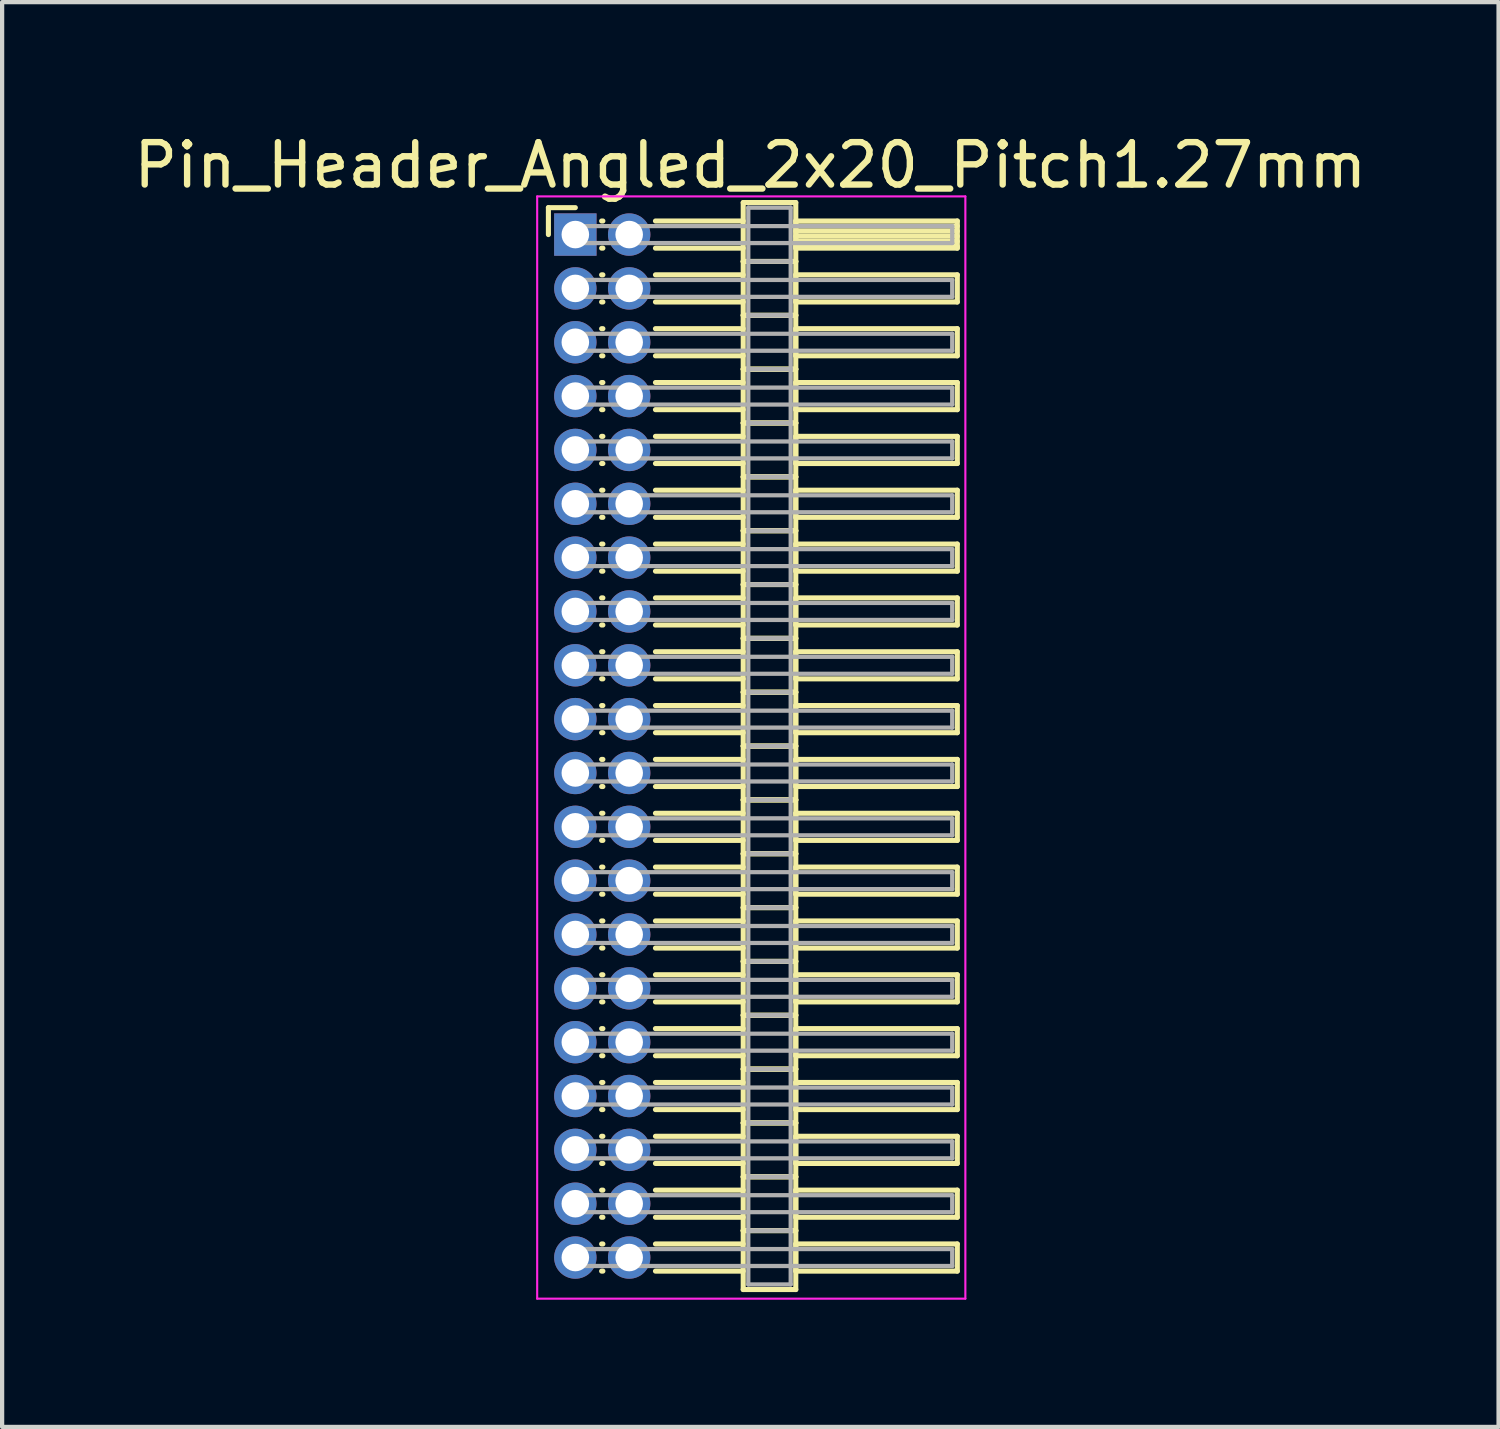
<source format=kicad_pcb>
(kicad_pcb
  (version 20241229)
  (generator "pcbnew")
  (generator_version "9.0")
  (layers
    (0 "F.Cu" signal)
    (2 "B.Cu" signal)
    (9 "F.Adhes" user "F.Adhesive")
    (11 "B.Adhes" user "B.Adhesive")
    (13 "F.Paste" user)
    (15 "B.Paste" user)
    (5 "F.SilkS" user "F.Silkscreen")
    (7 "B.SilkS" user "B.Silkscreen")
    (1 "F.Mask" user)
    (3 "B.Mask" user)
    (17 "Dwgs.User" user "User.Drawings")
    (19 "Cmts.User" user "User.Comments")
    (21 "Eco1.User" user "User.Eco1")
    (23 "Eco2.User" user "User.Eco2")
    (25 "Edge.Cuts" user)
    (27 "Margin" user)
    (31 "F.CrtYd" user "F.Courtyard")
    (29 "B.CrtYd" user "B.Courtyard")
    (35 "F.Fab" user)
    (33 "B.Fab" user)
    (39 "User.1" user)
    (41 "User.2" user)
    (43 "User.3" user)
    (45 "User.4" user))
  (footprint "Pin_Header_Angled_2x20_Pitch1.27mm"
    (layer "F.Cu")
    (at 10.521 2.483)
    (property "Reference" "Pin_Header_Angled_2x20_Pitch1.27mm" (at 4.128 -1.635 0) (layer "F.SilkS") (effects (font (size 1 1) (thickness 0.15))))
    (attr through_hole)
    (fp_line (start -0.635 -0.635) (end 0 -0.635) (stroke (width 0.12) (type solid)) (layer "F.SilkS"))
    (fp_line (start -0.635 0) (end -0.635 -0.635) (stroke (width 0.12) (type solid)) (layer "F.SilkS"))
    (fp_line (start 0.62 -0.32) (end 0.65 -0.32) (stroke (width 0.12) (type solid)) (layer "F.SilkS"))
    (fp_line (start 0.62 0.32) (end 0.65 0.32) (stroke (width 0.12) (type solid)) (layer "F.SilkS"))
    (fp_line (start 0.62 0.95) (end 0.65 0.95) (stroke (width 0.12) (type solid)) (layer "F.SilkS"))
    (fp_line (start 0.62 1.59) (end 0.65 1.59) (stroke (width 0.12) (type solid)) (layer "F.SilkS"))
    (fp_line (start 0.62 2.22) (end 0.65 2.22) (stroke (width 0.12) (type solid)) (layer "F.SilkS"))
    (fp_line (start 0.62 2.86) (end 0.65 2.86) (stroke (width 0.12) (type solid)) (layer "F.SilkS"))
    (fp_line (start 0.62 3.49) (end 0.65 3.49) (stroke (width 0.12) (type solid)) (layer "F.SilkS"))
    (fp_line (start 0.62 4.13) (end 0.65 4.13) (stroke (width 0.12) (type solid)) (layer "F.SilkS"))
    (fp_line (start 0.62 4.76) (end 0.65 4.76) (stroke (width 0.12) (type solid)) (layer "F.SilkS"))
    (fp_line (start 0.62 5.4) (end 0.65 5.4) (stroke (width 0.12) (type solid)) (layer "F.SilkS"))
    (fp_line (start 0.62 6.03) (end 0.65 6.03) (stroke (width 0.12) (type solid)) (layer "F.SilkS"))
    (fp_line (start 0.62 6.67) (end 0.65 6.67) (stroke (width 0.12) (type solid)) (layer "F.SilkS"))
    (fp_line (start 0.62 7.3) (end 0.65 7.3) (stroke (width 0.12) (type solid)) (layer "F.SilkS"))
    (fp_line (start 0.62 7.94) (end 0.65 7.94) (stroke (width 0.12) (type solid)) (layer "F.SilkS"))
    (fp_line (start 0.62 8.57) (end 0.65 8.57) (stroke (width 0.12) (type solid)) (layer "F.SilkS"))
    (fp_line (start 0.62 9.21) (end 0.65 9.21) (stroke (width 0.12) (type solid)) (layer "F.SilkS"))
    (fp_line (start 0.62 9.84) (end 0.65 9.84) (stroke (width 0.12) (type solid)) (layer "F.SilkS"))
    (fp_line (start 0.62 10.48) (end 0.65 10.48) (stroke (width 0.12) (type solid)) (layer "F.SilkS"))
    (fp_line (start 0.62 11.11) (end 0.65 11.11) (stroke (width 0.12) (type solid)) (layer "F.SilkS"))
    (fp_line (start 0.62 11.75) (end 0.65 11.75) (stroke (width 0.12) (type solid)) (layer "F.SilkS"))
    (fp_line (start 0.62 12.38) (end 0.65 12.38) (stroke (width 0.12) (type solid)) (layer "F.SilkS"))
    (fp_line (start 0.62 13.02) (end 0.65 13.02) (stroke (width 0.12) (type solid)) (layer "F.SilkS"))
    (fp_line (start 0.62 13.65) (end 0.65 13.65) (stroke (width 0.12) (type solid)) (layer "F.SilkS"))
    (fp_line (start 0.62 14.29) (end 0.65 14.29) (stroke (width 0.12) (type solid)) (layer "F.SilkS"))
    (fp_line (start 0.62 14.92) (end 0.65 14.92) (stroke (width 0.12) (type solid)) (layer "F.SilkS"))
    (fp_line (start 0.62 15.56) (end 0.65 15.56) (stroke (width 0.12) (type solid)) (layer "F.SilkS"))
    (fp_line (start 0.62 16.19) (end 0.65 16.19) (stroke (width 0.12) (type solid)) (layer "F.SilkS"))
    (fp_line (start 0.62 16.83) (end 0.65 16.83) (stroke (width 0.12) (type solid)) (layer "F.SilkS"))
    (fp_line (start 0.62 17.46) (end 0.65 17.46) (stroke (width 0.12) (type solid)) (layer "F.SilkS"))
    (fp_line (start 0.62 18.1) (end 0.65 18.1) (stroke (width 0.12) (type solid)) (layer "F.SilkS"))
    (fp_line (start 0.62 18.73) (end 0.65 18.73) (stroke (width 0.12) (type solid)) (layer "F.SilkS"))
    (fp_line (start 0.62 19.37) (end 0.65 19.37) (stroke (width 0.12) (type solid)) (layer "F.SilkS"))
    (fp_line (start 0.62 20) (end 0.65 20) (stroke (width 0.12) (type solid)) (layer "F.SilkS"))
    (fp_line (start 0.62 20.64) (end 0.65 20.64) (stroke (width 0.12) (type solid)) (layer "F.SilkS"))
    (fp_line (start 0.62 21.27) (end 0.65 21.27) (stroke (width 0.12) (type solid)) (layer "F.SilkS"))
    (fp_line (start 0.62 21.91) (end 0.65 21.91) (stroke (width 0.12) (type solid)) (layer "F.SilkS"))
    (fp_line (start 0.62 22.54) (end 0.65 22.54) (stroke (width 0.12) (type solid)) (layer "F.SilkS"))
    (fp_line (start 0.62 23.18) (end 0.65 23.18) (stroke (width 0.12) (type solid)) (layer "F.SilkS"))
    (fp_line (start 0.62 23.81) (end 0.65 23.81) (stroke (width 0.12) (type solid)) (layer "F.SilkS"))
    (fp_line (start 0.62 24.45) (end 0.65 24.45) (stroke (width 0.12) (type solid)) (layer "F.SilkS"))
    (fp_line (start 1.89 -0.32) (end 3.96 -0.32) (stroke (width 0.12) (type solid)) (layer "F.SilkS"))
    (fp_line (start 1.89 0.32) (end 3.96 0.32) (stroke (width 0.12) (type solid)) (layer "F.SilkS"))
    (fp_line (start 1.89 0.95) (end 3.96 0.95) (stroke (width 0.12) (type solid)) (layer "F.SilkS"))
    (fp_line (start 1.89 1.59) (end 3.96 1.59) (stroke (width 0.12) (type solid)) (layer "F.SilkS"))
    (fp_line (start 1.89 2.22) (end 3.96 2.22) (stroke (width 0.12) (type solid)) (layer "F.SilkS"))
    (fp_line (start 1.89 2.86) (end 3.96 2.86) (stroke (width 0.12) (type solid)) (layer "F.SilkS"))
    (fp_line (start 1.89 3.49) (end 3.96 3.49) (stroke (width 0.12) (type solid)) (layer "F.SilkS"))
    (fp_line (start 1.89 4.13) (end 3.96 4.13) (stroke (width 0.12) (type solid)) (layer "F.SilkS"))
    (fp_line (start 1.89 4.76) (end 3.96 4.76) (stroke (width 0.12) (type solid)) (layer "F.SilkS"))
    (fp_line (start 1.89 5.4) (end 3.96 5.4) (stroke (width 0.12) (type solid)) (layer "F.SilkS"))
    (fp_line (start 1.89 6.03) (end 3.96 6.03) (stroke (width 0.12) (type solid)) (layer "F.SilkS"))
    (fp_line (start 1.89 6.67) (end 3.96 6.67) (stroke (width 0.12) (type solid)) (layer "F.SilkS"))
    (fp_line (start 1.89 7.3) (end 3.96 7.3) (stroke (width 0.12) (type solid)) (layer "F.SilkS"))
    (fp_line (start 1.89 7.94) (end 3.96 7.94) (stroke (width 0.12) (type solid)) (layer "F.SilkS"))
    (fp_line (start 1.89 8.57) (end 3.96 8.57) (stroke (width 0.12) (type solid)) (layer "F.SilkS"))
    (fp_line (start 1.89 9.21) (end 3.96 9.21) (stroke (width 0.12) (type solid)) (layer "F.SilkS"))
    (fp_line (start 1.89 9.84) (end 3.96 9.84) (stroke (width 0.12) (type solid)) (layer "F.SilkS"))
    (fp_line (start 1.89 10.48) (end 3.96 10.48) (stroke (width 0.12) (type solid)) (layer "F.SilkS"))
    (fp_line (start 1.89 11.11) (end 3.96 11.11) (stroke (width 0.12) (type solid)) (layer "F.SilkS"))
    (fp_line (start 1.89 11.75) (end 3.96 11.75) (stroke (width 0.12) (type solid)) (layer "F.SilkS"))
    (fp_line (start 1.89 12.38) (end 3.96 12.38) (stroke (width 0.12) (type solid)) (layer "F.SilkS"))
    (fp_line (start 1.89 13.02) (end 3.96 13.02) (stroke (width 0.12) (type solid)) (layer "F.SilkS"))
    (fp_line (start 1.89 13.65) (end 3.96 13.65) (stroke (width 0.12) (type solid)) (layer "F.SilkS"))
    (fp_line (start 1.89 14.29) (end 3.96 14.29) (stroke (width 0.12) (type solid)) (layer "F.SilkS"))
    (fp_line (start 1.89 14.92) (end 3.96 14.92) (stroke (width 0.12) (type solid)) (layer "F.SilkS"))
    (fp_line (start 1.89 15.56) (end 3.96 15.56) (stroke (width 0.12) (type solid)) (layer "F.SilkS"))
    (fp_line (start 1.89 16.19) (end 3.96 16.19) (stroke (width 0.12) (type solid)) (layer "F.SilkS"))
    (fp_line (start 1.89 16.83) (end 3.96 16.83) (stroke (width 0.12) (type solid)) (layer "F.SilkS"))
    (fp_line (start 1.89 17.46) (end 3.96 17.46) (stroke (width 0.12) (type solid)) (layer "F.SilkS"))
    (fp_line (start 1.89 18.1) (end 3.96 18.1) (stroke (width 0.12) (type solid)) (layer "F.SilkS"))
    (fp_line (start 1.89 18.73) (end 3.96 18.73) (stroke (width 0.12) (type solid)) (layer "F.SilkS"))
    (fp_line (start 1.89 19.37) (end 3.96 19.37) (stroke (width 0.12) (type solid)) (layer "F.SilkS"))
    (fp_line (start 1.89 20) (end 3.96 20) (stroke (width 0.12) (type solid)) (layer "F.SilkS"))
    (fp_line (start 1.89 20.64) (end 3.96 20.64) (stroke (width 0.12) (type solid)) (layer "F.SilkS"))
    (fp_line (start 1.89 21.27) (end 3.96 21.27) (stroke (width 0.12) (type solid)) (layer "F.SilkS"))
    (fp_line (start 1.89 21.91) (end 3.96 21.91) (stroke (width 0.12) (type solid)) (layer "F.SilkS"))
    (fp_line (start 1.89 22.54) (end 3.96 22.54) (stroke (width 0.12) (type solid)) (layer "F.SilkS"))
    (fp_line (start 1.89 23.18) (end 3.96 23.18) (stroke (width 0.12) (type solid)) (layer "F.SilkS"))
    (fp_line (start 1.89 23.81) (end 3.96 23.81) (stroke (width 0.12) (type solid)) (layer "F.SilkS"))
    (fp_line (start 1.89 24.45) (end 3.96 24.45) (stroke (width 0.12) (type solid)) (layer "F.SilkS"))
    (fp_line (start 3.96 -0.755) (end 3.96 0.635) (stroke (width 0.12) (type solid)) (layer "F.SilkS"))
    (fp_line (start 3.96 0.635) (end 3.96 1.905) (stroke (width 0.12) (type solid)) (layer "F.SilkS"))
    (fp_line (start 3.96 0.635) (end 5.2 0.635) (stroke (width 0.12) (type solid)) (layer "F.SilkS"))
    (fp_line (start 3.96 1.905) (end 3.96 3.175) (stroke (width 0.12) (type solid)) (layer "F.SilkS"))
    (fp_line (start 3.96 1.905) (end 5.2 1.905) (stroke (width 0.12) (type solid)) (layer "F.SilkS"))
    (fp_line (start 3.96 3.175) (end 3.96 4.445) (stroke (width 0.12) (type solid)) (layer "F.SilkS"))
    (fp_line (start 3.96 3.175) (end 5.2 3.175) (stroke (width 0.12) (type solid)) (layer "F.SilkS"))
    (fp_line (start 3.96 4.445) (end 3.96 5.715) (stroke (width 0.12) (type solid)) (layer "F.SilkS"))
    (fp_line (start 3.96 4.445) (end 5.2 4.445) (stroke (width 0.12) (type solid)) (layer "F.SilkS"))
    (fp_line (start 3.96 5.715) (end 3.96 6.985) (stroke (width 0.12) (type solid)) (layer "F.SilkS"))
    (fp_line (start 3.96 5.715) (end 5.2 5.715) (stroke (width 0.12) (type solid)) (layer "F.SilkS"))
    (fp_line (start 3.96 6.985) (end 3.96 8.255) (stroke (width 0.12) (type solid)) (layer "F.SilkS"))
    (fp_line (start 3.96 6.985) (end 5.2 6.985) (stroke (width 0.12) (type solid)) (layer "F.SilkS"))
    (fp_line (start 3.96 8.255) (end 3.96 9.525) (stroke (width 0.12) (type solid)) (layer "F.SilkS"))
    (fp_line (start 3.96 8.255) (end 5.2 8.255) (stroke (width 0.12) (type solid)) (layer "F.SilkS"))
    (fp_line (start 3.96 9.525) (end 3.96 10.795) (stroke (width 0.12) (type solid)) (layer "F.SilkS"))
    (fp_line (start 3.96 9.525) (end 5.2 9.525) (stroke (width 0.12) (type solid)) (layer "F.SilkS"))
    (fp_line (start 3.96 10.795) (end 3.96 12.065) (stroke (width 0.12) (type solid)) (layer "F.SilkS"))
    (fp_line (start 3.96 10.795) (end 5.2 10.795) (stroke (width 0.12) (type solid)) (layer "F.SilkS"))
    (fp_line (start 3.96 12.065) (end 3.96 13.335) (stroke (width 0.12) (type solid)) (layer "F.SilkS"))
    (fp_line (start 3.96 12.065) (end 5.2 12.065) (stroke (width 0.12) (type solid)) (layer "F.SilkS"))
    (fp_line (start 3.96 13.335) (end 3.96 14.605) (stroke (width 0.12) (type solid)) (layer "F.SilkS"))
    (fp_line (start 3.96 13.335) (end 5.2 13.335) (stroke (width 0.12) (type solid)) (layer "F.SilkS"))
    (fp_line (start 3.96 14.605) (end 3.96 15.875) (stroke (width 0.12) (type solid)) (layer "F.SilkS"))
    (fp_line (start 3.96 14.605) (end 5.2 14.605) (stroke (width 0.12) (type solid)) (layer "F.SilkS"))
    (fp_line (start 3.96 15.875) (end 3.96 17.145) (stroke (width 0.12) (type solid)) (layer "F.SilkS"))
    (fp_line (start 3.96 15.875) (end 5.2 15.875) (stroke (width 0.12) (type solid)) (layer "F.SilkS"))
    (fp_line (start 3.96 17.145) (end 3.96 18.415) (stroke (width 0.12) (type solid)) (layer "F.SilkS"))
    (fp_line (start 3.96 17.145) (end 5.2 17.145) (stroke (width 0.12) (type solid)) (layer "F.SilkS"))
    (fp_line (start 3.96 18.415) (end 3.96 19.685) (stroke (width 0.12) (type solid)) (layer "F.SilkS"))
    (fp_line (start 3.96 18.415) (end 5.2 18.415) (stroke (width 0.12) (type solid)) (layer "F.SilkS"))
    (fp_line (start 3.96 19.685) (end 3.96 20.955) (stroke (width 0.12) (type solid)) (layer "F.SilkS"))
    (fp_line (start 3.96 19.685) (end 5.2 19.685) (stroke (width 0.12) (type solid)) (layer "F.SilkS"))
    (fp_line (start 3.96 20.955) (end 3.96 22.225) (stroke (width 0.12) (type solid)) (layer "F.SilkS"))
    (fp_line (start 3.96 20.955) (end 5.2 20.955) (stroke (width 0.12) (type solid)) (layer "F.SilkS"))
    (fp_line (start 3.96 22.225) (end 3.96 23.495) (stroke (width 0.12) (type solid)) (layer "F.SilkS"))
    (fp_line (start 3.96 22.225) (end 5.2 22.225) (stroke (width 0.12) (type solid)) (layer "F.SilkS"))
    (fp_line (start 3.96 23.495) (end 3.96 24.885) (stroke (width 0.12) (type solid)) (layer "F.SilkS"))
    (fp_line (start 3.96 23.495) (end 5.2 23.495) (stroke (width 0.12) (type solid)) (layer "F.SilkS"))
    (fp_line (start 3.96 24.885) (end 5.2 24.885) (stroke (width 0.12) (type solid)) (layer "F.SilkS"))
    (fp_line (start 5.2 -0.755) (end 3.96 -0.755) (stroke (width 0.12) (type solid)) (layer "F.SilkS"))
    (fp_line (start 5.2 -0.32) (end 5.2 0.32) (stroke (width 0.12) (type solid)) (layer "F.SilkS"))
    (fp_line (start 5.2 -0.2) (end 9.01 -0.2) (stroke (width 0.12) (type solid)) (layer "F.SilkS"))
    (fp_line (start 5.2 -0.08) (end 9.01 -0.08) (stroke (width 0.12) (type solid)) (layer "F.SilkS"))
    (fp_line (start 5.2 0.04) (end 9.01 0.04) (stroke (width 0.12) (type solid)) (layer "F.SilkS"))
    (fp_line (start 5.2 0.16) (end 9.01 0.16) (stroke (width 0.12) (type solid)) (layer "F.SilkS"))
    (fp_line (start 5.2 0.28) (end 9.01 0.28) (stroke (width 0.12) (type solid)) (layer "F.SilkS"))
    (fp_line (start 5.2 0.32) (end 9.01 0.32) (stroke (width 0.12) (type solid)) (layer "F.SilkS"))
    (fp_line (start 5.2 0.635) (end 3.96 0.635) (stroke (width 0.12) (type solid)) (layer "F.SilkS"))
    (fp_line (start 5.2 0.635) (end 5.2 -0.755) (stroke (width 0.12) (type solid)) (layer "F.SilkS"))
    (fp_line (start 5.2 0.95) (end 5.2 1.59) (stroke (width 0.12) (type solid)) (layer "F.SilkS"))
    (fp_line (start 5.2 1.59) (end 9.01 1.59) (stroke (width 0.12) (type solid)) (layer "F.SilkS"))
    (fp_line (start 5.2 1.905) (end 3.96 1.905) (stroke (width 0.12) (type solid)) (layer "F.SilkS"))
    (fp_line (start 5.2 1.905) (end 5.2 0.635) (stroke (width 0.12) (type solid)) (layer "F.SilkS"))
    (fp_line (start 5.2 2.22) (end 5.2 2.86) (stroke (width 0.12) (type solid)) (layer "F.SilkS"))
    (fp_line (start 5.2 2.86) (end 9.01 2.86) (stroke (width 0.12) (type solid)) (layer "F.SilkS"))
    (fp_line (start 5.2 3.175) (end 3.96 3.175) (stroke (width 0.12) (type solid)) (layer "F.SilkS"))
    (fp_line (start 5.2 3.175) (end 5.2 1.905) (stroke (width 0.12) (type solid)) (layer "F.SilkS"))
    (fp_line (start 5.2 3.49) (end 5.2 4.13) (stroke (width 0.12) (type solid)) (layer "F.SilkS"))
    (fp_line (start 5.2 4.13) (end 9.01 4.13) (stroke (width 0.12) (type solid)) (layer "F.SilkS"))
    (fp_line (start 5.2 4.445) (end 3.96 4.445) (stroke (width 0.12) (type solid)) (layer "F.SilkS"))
    (fp_line (start 5.2 4.445) (end 5.2 3.175) (stroke (width 0.12) (type solid)) (layer "F.SilkS"))
    (fp_line (start 5.2 4.76) (end 5.2 5.4) (stroke (width 0.12) (type solid)) (layer "F.SilkS"))
    (fp_line (start 5.2 5.4) (end 9.01 5.4) (stroke (width 0.12) (type solid)) (layer "F.SilkS"))
    (fp_line (start 5.2 5.715) (end 3.96 5.715) (stroke (width 0.12) (type solid)) (layer "F.SilkS"))
    (fp_line (start 5.2 5.715) (end 5.2 4.445) (stroke (width 0.12) (type solid)) (layer "F.SilkS"))
    (fp_line (start 5.2 6.03) (end 5.2 6.67) (stroke (width 0.12) (type solid)) (layer "F.SilkS"))
    (fp_line (start 5.2 6.67) (end 9.01 6.67) (stroke (width 0.12) (type solid)) (layer "F.SilkS"))
    (fp_line (start 5.2 6.985) (end 3.96 6.985) (stroke (width 0.12) (type solid)) (layer "F.SilkS"))
    (fp_line (start 5.2 6.985) (end 5.2 5.715) (stroke (width 0.12) (type solid)) (layer "F.SilkS"))
    (fp_line (start 5.2 7.3) (end 5.2 7.94) (stroke (width 0.12) (type solid)) (layer "F.SilkS"))
    (fp_line (start 5.2 7.94) (end 9.01 7.94) (stroke (width 0.12) (type solid)) (layer "F.SilkS"))
    (fp_line (start 5.2 8.255) (end 3.96 8.255) (stroke (width 0.12) (type solid)) (layer "F.SilkS"))
    (fp_line (start 5.2 8.255) (end 5.2 6.985) (stroke (width 0.12) (type solid)) (layer "F.SilkS"))
    (fp_line (start 5.2 8.57) (end 5.2 9.21) (stroke (width 0.12) (type solid)) (layer "F.SilkS"))
    (fp_line (start 5.2 9.21) (end 9.01 9.21) (stroke (width 0.12) (type solid)) (layer "F.SilkS"))
    (fp_line (start 5.2 9.525) (end 3.96 9.525) (stroke (width 0.12) (type solid)) (layer "F.SilkS"))
    (fp_line (start 5.2 9.525) (end 5.2 8.255) (stroke (width 0.12) (type solid)) (layer "F.SilkS"))
    (fp_line (start 5.2 9.84) (end 5.2 10.48) (stroke (width 0.12) (type solid)) (layer "F.SilkS"))
    (fp_line (start 5.2 10.48) (end 9.01 10.48) (stroke (width 0.12) (type solid)) (layer "F.SilkS"))
    (fp_line (start 5.2 10.795) (end 3.96 10.795) (stroke (width 0.12) (type solid)) (layer "F.SilkS"))
    (fp_line (start 5.2 10.795) (end 5.2 9.525) (stroke (width 0.12) (type solid)) (layer "F.SilkS"))
    (fp_line (start 5.2 11.11) (end 5.2 11.75) (stroke (width 0.12) (type solid)) (layer "F.SilkS"))
    (fp_line (start 5.2 11.75) (end 9.01 11.75) (stroke (width 0.12) (type solid)) (layer "F.SilkS"))
    (fp_line (start 5.2 12.065) (end 3.96 12.065) (stroke (width 0.12) (type solid)) (layer "F.SilkS"))
    (fp_line (start 5.2 12.065) (end 5.2 10.795) (stroke (width 0.12) (type solid)) (layer "F.SilkS"))
    (fp_line (start 5.2 12.38) (end 5.2 13.02) (stroke (width 0.12) (type solid)) (layer "F.SilkS"))
    (fp_line (start 5.2 13.02) (end 9.01 13.02) (stroke (width 0.12) (type solid)) (layer "F.SilkS"))
    (fp_line (start 5.2 13.335) (end 3.96 13.335) (stroke (width 0.12) (type solid)) (layer "F.SilkS"))
    (fp_line (start 5.2 13.335) (end 5.2 12.065) (stroke (width 0.12) (type solid)) (layer "F.SilkS"))
    (fp_line (start 5.2 13.65) (end 5.2 14.29) (stroke (width 0.12) (type solid)) (layer "F.SilkS"))
    (fp_line (start 5.2 14.29) (end 9.01 14.29) (stroke (width 0.12) (type solid)) (layer "F.SilkS"))
    (fp_line (start 5.2 14.605) (end 3.96 14.605) (stroke (width 0.12) (type solid)) (layer "F.SilkS"))
    (fp_line (start 5.2 14.605) (end 5.2 13.335) (stroke (width 0.12) (type solid)) (layer "F.SilkS"))
    (fp_line (start 5.2 14.92) (end 5.2 15.56) (stroke (width 0.12) (type solid)) (layer "F.SilkS"))
    (fp_line (start 5.2 15.56) (end 9.01 15.56) (stroke (width 0.12) (type solid)) (layer "F.SilkS"))
    (fp_line (start 5.2 15.875) (end 3.96 15.875) (stroke (width 0.12) (type solid)) (layer "F.SilkS"))
    (fp_line (start 5.2 15.875) (end 5.2 14.605) (stroke (width 0.12) (type solid)) (layer "F.SilkS"))
    (fp_line (start 5.2 16.19) (end 5.2 16.83) (stroke (width 0.12) (type solid)) (layer "F.SilkS"))
    (fp_line (start 5.2 16.83) (end 9.01 16.83) (stroke (width 0.12) (type solid)) (layer "F.SilkS"))
    (fp_line (start 5.2 17.145) (end 3.96 17.145) (stroke (width 0.12) (type solid)) (layer "F.SilkS"))
    (fp_line (start 5.2 17.145) (end 5.2 15.875) (stroke (width 0.12) (type solid)) (layer "F.SilkS"))
    (fp_line (start 5.2 17.46) (end 5.2 18.1) (stroke (width 0.12) (type solid)) (layer "F.SilkS"))
    (fp_line (start 5.2 18.1) (end 9.01 18.1) (stroke (width 0.12) (type solid)) (layer "F.SilkS"))
    (fp_line (start 5.2 18.415) (end 3.96 18.415) (stroke (width 0.12) (type solid)) (layer "F.SilkS"))
    (fp_line (start 5.2 18.415) (end 5.2 17.145) (stroke (width 0.12) (type solid)) (layer "F.SilkS"))
    (fp_line (start 5.2 18.73) (end 5.2 19.37) (stroke (width 0.12) (type solid)) (layer "F.SilkS"))
    (fp_line (start 5.2 19.37) (end 9.01 19.37) (stroke (width 0.12) (type solid)) (layer "F.SilkS"))
    (fp_line (start 5.2 19.685) (end 3.96 19.685) (stroke (width 0.12) (type solid)) (layer "F.SilkS"))
    (fp_line (start 5.2 19.685) (end 5.2 18.415) (stroke (width 0.12) (type solid)) (layer "F.SilkS"))
    (fp_line (start 5.2 20) (end 5.2 20.64) (stroke (width 0.12) (type solid)) (layer "F.SilkS"))
    (fp_line (start 5.2 20.64) (end 9.01 20.64) (stroke (width 0.12) (type solid)) (layer "F.SilkS"))
    (fp_line (start 5.2 20.955) (end 3.96 20.955) (stroke (width 0.12) (type solid)) (layer "F.SilkS"))
    (fp_line (start 5.2 20.955) (end 5.2 19.685) (stroke (width 0.12) (type solid)) (layer "F.SilkS"))
    (fp_line (start 5.2 21.27) (end 5.2 21.91) (stroke (width 0.12) (type solid)) (layer "F.SilkS"))
    (fp_line (start 5.2 21.91) (end 9.01 21.91) (stroke (width 0.12) (type solid)) (layer "F.SilkS"))
    (fp_line (start 5.2 22.225) (end 3.96 22.225) (stroke (width 0.12) (type solid)) (layer "F.SilkS"))
    (fp_line (start 5.2 22.225) (end 5.2 20.955) (stroke (width 0.12) (type solid)) (layer "F.SilkS"))
    (fp_line (start 5.2 22.54) (end 5.2 23.18) (stroke (width 0.12) (type solid)) (layer "F.SilkS"))
    (fp_line (start 5.2 23.18) (end 9.01 23.18) (stroke (width 0.12) (type solid)) (layer "F.SilkS"))
    (fp_line (start 5.2 23.495) (end 3.96 23.495) (stroke (width 0.12) (type solid)) (layer "F.SilkS"))
    (fp_line (start 5.2 23.495) (end 5.2 22.225) (stroke (width 0.12) (type solid)) (layer "F.SilkS"))
    (fp_line (start 5.2 23.81) (end 5.2 24.45) (stroke (width 0.12) (type solid)) (layer "F.SilkS"))
    (fp_line (start 5.2 24.45) (end 9.01 24.45) (stroke (width 0.12) (type solid)) (layer "F.SilkS"))
    (fp_line (start 5.2 24.885) (end 5.2 23.495) (stroke (width 0.12) (type solid)) (layer "F.SilkS"))
    (fp_line (start 9.01 -0.32) (end 5.2 -0.32) (stroke (width 0.12) (type solid)) (layer "F.SilkS"))
    (fp_line (start 9.01 0.32) (end 9.01 -0.32) (stroke (width 0.12) (type solid)) (layer "F.SilkS"))
    (fp_line (start 9.01 0.95) (end 5.2 0.95) (stroke (width 0.12) (type solid)) (layer "F.SilkS"))
    (fp_line (start 9.01 1.59) (end 9.01 0.95) (stroke (width 0.12) (type solid)) (layer "F.SilkS"))
    (fp_line (start 9.01 2.22) (end 5.2 2.22) (stroke (width 0.12) (type solid)) (layer "F.SilkS"))
    (fp_line (start 9.01 2.86) (end 9.01 2.22) (stroke (width 0.12) (type solid)) (layer "F.SilkS"))
    (fp_line (start 9.01 3.49) (end 5.2 3.49) (stroke (width 0.12) (type solid)) (layer "F.SilkS"))
    (fp_line (start 9.01 4.13) (end 9.01 3.49) (stroke (width 0.12) (type solid)) (layer "F.SilkS"))
    (fp_line (start 9.01 4.76) (end 5.2 4.76) (stroke (width 0.12) (type solid)) (layer "F.SilkS"))
    (fp_line (start 9.01 5.4) (end 9.01 4.76) (stroke (width 0.12) (type solid)) (layer "F.SilkS"))
    (fp_line (start 9.01 6.03) (end 5.2 6.03) (stroke (width 0.12) (type solid)) (layer "F.SilkS"))
    (fp_line (start 9.01 6.67) (end 9.01 6.03) (stroke (width 0.12) (type solid)) (layer "F.SilkS"))
    (fp_line (start 9.01 7.3) (end 5.2 7.3) (stroke (width 0.12) (type solid)) (layer "F.SilkS"))
    (fp_line (start 9.01 7.94) (end 9.01 7.3) (stroke (width 0.12) (type solid)) (layer "F.SilkS"))
    (fp_line (start 9.01 8.57) (end 5.2 8.57) (stroke (width 0.12) (type solid)) (layer "F.SilkS"))
    (fp_line (start 9.01 9.21) (end 9.01 8.57) (stroke (width 0.12) (type solid)) (layer "F.SilkS"))
    (fp_line (start 9.01 9.84) (end 5.2 9.84) (stroke (width 0.12) (type solid)) (layer "F.SilkS"))
    (fp_line (start 9.01 10.48) (end 9.01 9.84) (stroke (width 0.12) (type solid)) (layer "F.SilkS"))
    (fp_line (start 9.01 11.11) (end 5.2 11.11) (stroke (width 0.12) (type solid)) (layer "F.SilkS"))
    (fp_line (start 9.01 11.75) (end 9.01 11.11) (stroke (width 0.12) (type solid)) (layer "F.SilkS"))
    (fp_line (start 9.01 12.38) (end 5.2 12.38) (stroke (width 0.12) (type solid)) (layer "F.SilkS"))
    (fp_line (start 9.01 13.02) (end 9.01 12.38) (stroke (width 0.12) (type solid)) (layer "F.SilkS"))
    (fp_line (start 9.01 13.65) (end 5.2 13.65) (stroke (width 0.12) (type solid)) (layer "F.SilkS"))
    (fp_line (start 9.01 14.29) (end 9.01 13.65) (stroke (width 0.12) (type solid)) (layer "F.SilkS"))
    (fp_line (start 9.01 14.92) (end 5.2 14.92) (stroke (width 0.12) (type solid)) (layer "F.SilkS"))
    (fp_line (start 9.01 15.56) (end 9.01 14.92) (stroke (width 0.12) (type solid)) (layer "F.SilkS"))
    (fp_line (start 9.01 16.19) (end 5.2 16.19) (stroke (width 0.12) (type solid)) (layer "F.SilkS"))
    (fp_line (start 9.01 16.83) (end 9.01 16.19) (stroke (width 0.12) (type solid)) (layer "F.SilkS"))
    (fp_line (start 9.01 17.46) (end 5.2 17.46) (stroke (width 0.12) (type solid)) (layer "F.SilkS"))
    (fp_line (start 9.01 18.1) (end 9.01 17.46) (stroke (width 0.12) (type solid)) (layer "F.SilkS"))
    (fp_line (start 9.01 18.73) (end 5.2 18.73) (stroke (width 0.12) (type solid)) (layer "F.SilkS"))
    (fp_line (start 9.01 19.37) (end 9.01 18.73) (stroke (width 0.12) (type solid)) (layer "F.SilkS"))
    (fp_line (start 9.01 20) (end 5.2 20) (stroke (width 0.12) (type solid)) (layer "F.SilkS"))
    (fp_line (start 9.01 20.64) (end 9.01 20) (stroke (width 0.12) (type solid)) (layer "F.SilkS"))
    (fp_line (start 9.01 21.27) (end 5.2 21.27) (stroke (width 0.12) (type solid)) (layer "F.SilkS"))
    (fp_line (start 9.01 21.91) (end 9.01 21.27) (stroke (width 0.12) (type solid)) (layer "F.SilkS"))
    (fp_line (start 9.01 22.54) (end 5.2 22.54) (stroke (width 0.12) (type solid)) (layer "F.SilkS"))
    (fp_line (start 9.01 23.18) (end 9.01 22.54) (stroke (width 0.12) (type solid)) (layer "F.SilkS"))
    (fp_line (start 9.01 23.81) (end 5.2 23.81) (stroke (width 0.12) (type solid)) (layer "F.SilkS"))
    (fp_line (start 9.01 24.45) (end 9.01 23.81) (stroke (width 0.12) (type solid)) (layer "F.SilkS"))
    (fp_line (start -0.9 -0.9) (end -0.9 25.1) (stroke (width 0.05) (type solid)) (layer "F.CrtYd"))
    (fp_line (start -0.9 25.1) (end 9.2 25.1) (stroke (width 0.05) (type solid)) (layer "F.CrtYd"))
    (fp_line (start 9.2 -0.9) (end -0.9 -0.9) (stroke (width 0.05) (type solid)) (layer "F.CrtYd"))
    (fp_line (start 9.2 25.1) (end 9.2 -0.9) (stroke (width 0.05) (type solid)) (layer "F.CrtYd"))
    (fp_line (start 0 -0.2) (end 0 0.2) (stroke (width 0.1) (type solid)) (layer "F.Fab"))
    (fp_line (start 0 0.2) (end 8.89 0.2) (stroke (width 0.1) (type solid)) (layer "F.Fab"))
    (fp_line (start 0 1.07) (end 0 1.47) (stroke (width 0.1) (type solid)) (layer "F.Fab"))
    (fp_line (start 0 1.47) (end 8.89 1.47) (stroke (width 0.1) (type solid)) (layer "F.Fab"))
    (fp_line (start 0 2.34) (end 0 2.74) (stroke (width 0.1) (type solid)) (layer "F.Fab"))
    (fp_line (start 0 2.74) (end 8.89 2.74) (stroke (width 0.1) (type solid)) (layer "F.Fab"))
    (fp_line (start 0 3.61) (end 0 4.01) (stroke (width 0.1) (type solid)) (layer "F.Fab"))
    (fp_line (start 0 4.01) (end 8.89 4.01) (stroke (width 0.1) (type solid)) (layer "F.Fab"))
    (fp_line (start 0 4.88) (end 0 5.28) (stroke (width 0.1) (type solid)) (layer "F.Fab"))
    (fp_line (start 0 5.28) (end 8.89 5.28) (stroke (width 0.1) (type solid)) (layer "F.Fab"))
    (fp_line (start 0 6.15) (end 0 6.55) (stroke (width 0.1) (type solid)) (layer "F.Fab"))
    (fp_line (start 0 6.55) (end 8.89 6.55) (stroke (width 0.1) (type solid)) (layer "F.Fab"))
    (fp_line (start 0 7.42) (end 0 7.82) (stroke (width 0.1) (type solid)) (layer "F.Fab"))
    (fp_line (start 0 7.82) (end 8.89 7.82) (stroke (width 0.1) (type solid)) (layer "F.Fab"))
    (fp_line (start 0 8.69) (end 0 9.09) (stroke (width 0.1) (type solid)) (layer "F.Fab"))
    (fp_line (start 0 9.09) (end 8.89 9.09) (stroke (width 0.1) (type solid)) (layer "F.Fab"))
    (fp_line (start 0 9.96) (end 0 10.36) (stroke (width 0.1) (type solid)) (layer "F.Fab"))
    (fp_line (start 0 10.36) (end 8.89 10.36) (stroke (width 0.1) (type solid)) (layer "F.Fab"))
    (fp_line (start 0 11.23) (end 0 11.63) (stroke (width 0.1) (type solid)) (layer "F.Fab"))
    (fp_line (start 0 11.63) (end 8.89 11.63) (stroke (width 0.1) (type solid)) (layer "F.Fab"))
    (fp_line (start 0 12.5) (end 0 12.9) (stroke (width 0.1) (type solid)) (layer "F.Fab"))
    (fp_line (start 0 12.9) (end 8.89 12.9) (stroke (width 0.1) (type solid)) (layer "F.Fab"))
    (fp_line (start 0 13.77) (end 0 14.17) (stroke (width 0.1) (type solid)) (layer "F.Fab"))
    (fp_line (start 0 14.17) (end 8.89 14.17) (stroke (width 0.1) (type solid)) (layer "F.Fab"))
    (fp_line (start 0 15.04) (end 0 15.44) (stroke (width 0.1) (type solid)) (layer "F.Fab"))
    (fp_line (start 0 15.44) (end 8.89 15.44) (stroke (width 0.1) (type solid)) (layer "F.Fab"))
    (fp_line (start 0 16.31) (end 0 16.71) (stroke (width 0.1) (type solid)) (layer "F.Fab"))
    (fp_line (start 0 16.71) (end 8.89 16.71) (stroke (width 0.1) (type solid)) (layer "F.Fab"))
    (fp_line (start 0 17.58) (end 0 17.98) (stroke (width 0.1) (type solid)) (layer "F.Fab"))
    (fp_line (start 0 17.98) (end 8.89 17.98) (stroke (width 0.1) (type solid)) (layer "F.Fab"))
    (fp_line (start 0 18.85) (end 0 19.25) (stroke (width 0.1) (type solid)) (layer "F.Fab"))
    (fp_line (start 0 19.25) (end 8.89 19.25) (stroke (width 0.1) (type solid)) (layer "F.Fab"))
    (fp_line (start 0 20.12) (end 0 20.52) (stroke (width 0.1) (type solid)) (layer "F.Fab"))
    (fp_line (start 0 20.52) (end 8.89 20.52) (stroke (width 0.1) (type solid)) (layer "F.Fab"))
    (fp_line (start 0 21.39) (end 0 21.79) (stroke (width 0.1) (type solid)) (layer "F.Fab"))
    (fp_line (start 0 21.79) (end 8.89 21.79) (stroke (width 0.1) (type solid)) (layer "F.Fab"))
    (fp_line (start 0 22.66) (end 0 23.06) (stroke (width 0.1) (type solid)) (layer "F.Fab"))
    (fp_line (start 0 23.06) (end 8.89 23.06) (stroke (width 0.1) (type solid)) (layer "F.Fab"))
    (fp_line (start 0 23.93) (end 0 24.33) (stroke (width 0.1) (type solid)) (layer "F.Fab"))
    (fp_line (start 0 24.33) (end 8.89 24.33) (stroke (width 0.1) (type solid)) (layer "F.Fab"))
    (fp_line (start 4.08 -0.635) (end 4.08 0.635) (stroke (width 0.1) (type solid)) (layer "F.Fab"))
    (fp_line (start 4.08 0.635) (end 4.08 1.905) (stroke (width 0.1) (type solid)) (layer "F.Fab"))
    (fp_line (start 4.08 0.635) (end 5.08 0.635) (stroke (width 0.1) (type solid)) (layer "F.Fab"))
    (fp_line (start 4.08 1.905) (end 4.08 3.175) (stroke (width 0.1) (type solid)) (layer "F.Fab"))
    (fp_line (start 4.08 1.905) (end 5.08 1.905) (stroke (width 0.1) (type solid)) (layer "F.Fab"))
    (fp_line (start 4.08 3.175) (end 4.08 4.445) (stroke (width 0.1) (type solid)) (layer "F.Fab"))
    (fp_line (start 4.08 3.175) (end 5.08 3.175) (stroke (width 0.1) (type solid)) (layer "F.Fab"))
    (fp_line (start 4.08 4.445) (end 4.08 5.715) (stroke (width 0.1) (type solid)) (layer "F.Fab"))
    (fp_line (start 4.08 4.445) (end 5.08 4.445) (stroke (width 0.1) (type solid)) (layer "F.Fab"))
    (fp_line (start 4.08 5.715) (end 4.08 6.985) (stroke (width 0.1) (type solid)) (layer "F.Fab"))
    (fp_line (start 4.08 5.715) (end 5.08 5.715) (stroke (width 0.1) (type solid)) (layer "F.Fab"))
    (fp_line (start 4.08 6.985) (end 4.08 8.255) (stroke (width 0.1) (type solid)) (layer "F.Fab"))
    (fp_line (start 4.08 6.985) (end 5.08 6.985) (stroke (width 0.1) (type solid)) (layer "F.Fab"))
    (fp_line (start 4.08 8.255) (end 4.08 9.525) (stroke (width 0.1) (type solid)) (layer "F.Fab"))
    (fp_line (start 4.08 8.255) (end 5.08 8.255) (stroke (width 0.1) (type solid)) (layer "F.Fab"))
    (fp_line (start 4.08 9.525) (end 4.08 10.795) (stroke (width 0.1) (type solid)) (layer "F.Fab"))
    (fp_line (start 4.08 9.525) (end 5.08 9.525) (stroke (width 0.1) (type solid)) (layer "F.Fab"))
    (fp_line (start 4.08 10.795) (end 4.08 12.065) (stroke (width 0.1) (type solid)) (layer "F.Fab"))
    (fp_line (start 4.08 10.795) (end 5.08 10.795) (stroke (width 0.1) (type solid)) (layer "F.Fab"))
    (fp_line (start 4.08 12.065) (end 4.08 13.335) (stroke (width 0.1) (type solid)) (layer "F.Fab"))
    (fp_line (start 4.08 12.065) (end 5.08 12.065) (stroke (width 0.1) (type solid)) (layer "F.Fab"))
    (fp_line (start 4.08 13.335) (end 4.08 14.605) (stroke (width 0.1) (type solid)) (layer "F.Fab"))
    (fp_line (start 4.08 13.335) (end 5.08 13.335) (stroke (width 0.1) (type solid)) (layer "F.Fab"))
    (fp_line (start 4.08 14.605) (end 4.08 15.875) (stroke (width 0.1) (type solid)) (layer "F.Fab"))
    (fp_line (start 4.08 14.605) (end 5.08 14.605) (stroke (width 0.1) (type solid)) (layer "F.Fab"))
    (fp_line (start 4.08 15.875) (end 4.08 17.145) (stroke (width 0.1) (type solid)) (layer "F.Fab"))
    (fp_line (start 4.08 15.875) (end 5.08 15.875) (stroke (width 0.1) (type solid)) (layer "F.Fab"))
    (fp_line (start 4.08 17.145) (end 4.08 18.415) (stroke (width 0.1) (type solid)) (layer "F.Fab"))
    (fp_line (start 4.08 17.145) (end 5.08 17.145) (stroke (width 0.1) (type solid)) (layer "F.Fab"))
    (fp_line (start 4.08 18.415) (end 4.08 19.685) (stroke (width 0.1) (type solid)) (layer "F.Fab"))
    (fp_line (start 4.08 18.415) (end 5.08 18.415) (stroke (width 0.1) (type solid)) (layer "F.Fab"))
    (fp_line (start 4.08 19.685) (end 4.08 20.955) (stroke (width 0.1) (type solid)) (layer "F.Fab"))
    (fp_line (start 4.08 19.685) (end 5.08 19.685) (stroke (width 0.1) (type solid)) (layer "F.Fab"))
    (fp_line (start 4.08 20.955) (end 4.08 22.225) (stroke (width 0.1) (type solid)) (layer "F.Fab"))
    (fp_line (start 4.08 20.955) (end 5.08 20.955) (stroke (width 0.1) (type solid)) (layer "F.Fab"))
    (fp_line (start 4.08 22.225) (end 4.08 23.495) (stroke (width 0.1) (type solid)) (layer "F.Fab"))
    (fp_line (start 4.08 22.225) (end 5.08 22.225) (stroke (width 0.1) (type solid)) (layer "F.Fab"))
    (fp_line (start 4.08 23.495) (end 4.08 24.765) (stroke (width 0.1) (type solid)) (layer "F.Fab"))
    (fp_line (start 4.08 23.495) (end 5.08 23.495) (stroke (width 0.1) (type solid)) (layer "F.Fab"))
    (fp_line (start 4.08 24.765) (end 5.08 24.765) (stroke (width 0.1) (type solid)) (layer "F.Fab"))
    (fp_line (start 5.08 -0.635) (end 4.08 -0.635) (stroke (width 0.1) (type solid)) (layer "F.Fab"))
    (fp_line (start 5.08 0.635) (end 4.08 0.635) (stroke (width 0.1) (type solid)) (layer "F.Fab"))
    (fp_line (start 5.08 0.635) (end 5.08 -0.635) (stroke (width 0.1) (type solid)) (layer "F.Fab"))
    (fp_line (start 5.08 1.905) (end 4.08 1.905) (stroke (width 0.1) (type solid)) (layer "F.Fab"))
    (fp_line (start 5.08 1.905) (end 5.08 0.635) (stroke (width 0.1) (type solid)) (layer "F.Fab"))
    (fp_line (start 5.08 3.175) (end 4.08 3.175) (stroke (width 0.1) (type solid)) (layer "F.Fab"))
    (fp_line (start 5.08 3.175) (end 5.08 1.905) (stroke (width 0.1) (type solid)) (layer "F.Fab"))
    (fp_line (start 5.08 4.445) (end 4.08 4.445) (stroke (width 0.1) (type solid)) (layer "F.Fab"))
    (fp_line (start 5.08 4.445) (end 5.08 3.175) (stroke (width 0.1) (type solid)) (layer "F.Fab"))
    (fp_line (start 5.08 5.715) (end 4.08 5.715) (stroke (width 0.1) (type solid)) (layer "F.Fab"))
    (fp_line (start 5.08 5.715) (end 5.08 4.445) (stroke (width 0.1) (type solid)) (layer "F.Fab"))
    (fp_line (start 5.08 6.985) (end 4.08 6.985) (stroke (width 0.1) (type solid)) (layer "F.Fab"))
    (fp_line (start 5.08 6.985) (end 5.08 5.715) (stroke (width 0.1) (type solid)) (layer "F.Fab"))
    (fp_line (start 5.08 8.255) (end 4.08 8.255) (stroke (width 0.1) (type solid)) (layer "F.Fab"))
    (fp_line (start 5.08 8.255) (end 5.08 6.985) (stroke (width 0.1) (type solid)) (layer "F.Fab"))
    (fp_line (start 5.08 9.525) (end 4.08 9.525) (stroke (width 0.1) (type solid)) (layer "F.Fab"))
    (fp_line (start 5.08 9.525) (end 5.08 8.255) (stroke (width 0.1) (type solid)) (layer "F.Fab"))
    (fp_line (start 5.08 10.795) (end 4.08 10.795) (stroke (width 0.1) (type solid)) (layer "F.Fab"))
    (fp_line (start 5.08 10.795) (end 5.08 9.525) (stroke (width 0.1) (type solid)) (layer "F.Fab"))
    (fp_line (start 5.08 12.065) (end 4.08 12.065) (stroke (width 0.1) (type solid)) (layer "F.Fab"))
    (fp_line (start 5.08 12.065) (end 5.08 10.795) (stroke (width 0.1) (type solid)) (layer "F.Fab"))
    (fp_line (start 5.08 13.335) (end 4.08 13.335) (stroke (width 0.1) (type solid)) (layer "F.Fab"))
    (fp_line (start 5.08 13.335) (end 5.08 12.065) (stroke (width 0.1) (type solid)) (layer "F.Fab"))
    (fp_line (start 5.08 14.605) (end 4.08 14.605) (stroke (width 0.1) (type solid)) (layer "F.Fab"))
    (fp_line (start 5.08 14.605) (end 5.08 13.335) (stroke (width 0.1) (type solid)) (layer "F.Fab"))
    (fp_line (start 5.08 15.875) (end 4.08 15.875) (stroke (width 0.1) (type solid)) (layer "F.Fab"))
    (fp_line (start 5.08 15.875) (end 5.08 14.605) (stroke (width 0.1) (type solid)) (layer "F.Fab"))
    (fp_line (start 5.08 17.145) (end 4.08 17.145) (stroke (width 0.1) (type solid)) (layer "F.Fab"))
    (fp_line (start 5.08 17.145) (end 5.08 15.875) (stroke (width 0.1) (type solid)) (layer "F.Fab"))
    (fp_line (start 5.08 18.415) (end 4.08 18.415) (stroke (width 0.1) (type solid)) (layer "F.Fab"))
    (fp_line (start 5.08 18.415) (end 5.08 17.145) (stroke (width 0.1) (type solid)) (layer "F.Fab"))
    (fp_line (start 5.08 19.685) (end 4.08 19.685) (stroke (width 0.1) (type solid)) (layer "F.Fab"))
    (fp_line (start 5.08 19.685) (end 5.08 18.415) (stroke (width 0.1) (type solid)) (layer "F.Fab"))
    (fp_line (start 5.08 20.955) (end 4.08 20.955) (stroke (width 0.1) (type solid)) (layer "F.Fab"))
    (fp_line (start 5.08 20.955) (end 5.08 19.685) (stroke (width 0.1) (type solid)) (layer "F.Fab"))
    (fp_line (start 5.08 22.225) (end 4.08 22.225) (stroke (width 0.1) (type solid)) (layer "F.Fab"))
    (fp_line (start 5.08 22.225) (end 5.08 20.955) (stroke (width 0.1) (type solid)) (layer "F.Fab"))
    (fp_line (start 5.08 23.495) (end 4.08 23.495) (stroke (width 0.1) (type solid)) (layer "F.Fab"))
    (fp_line (start 5.08 23.495) (end 5.08 22.225) (stroke (width 0.1) (type solid)) (layer "F.Fab"))
    (fp_line (start 5.08 24.765) (end 5.08 23.495) (stroke (width 0.1) (type solid)) (layer "F.Fab"))
    (fp_line (start 8.89 -0.2) (end 0 -0.2) (stroke (width 0.1) (type solid)) (layer "F.Fab"))
    (fp_line (start 8.89 0.2) (end 8.89 -0.2) (stroke (width 0.1) (type solid)) (layer "F.Fab"))
    (fp_line (start 8.89 1.07) (end 0 1.07) (stroke (width 0.1) (type solid)) (layer "F.Fab"))
    (fp_line (start 8.89 1.47) (end 8.89 1.07) (stroke (width 0.1) (type solid)) (layer "F.Fab"))
    (fp_line (start 8.89 2.34) (end 0 2.34) (stroke (width 0.1) (type solid)) (layer "F.Fab"))
    (fp_line (start 8.89 2.74) (end 8.89 2.34) (stroke (width 0.1) (type solid)) (layer "F.Fab"))
    (fp_line (start 8.89 3.61) (end 0 3.61) (stroke (width 0.1) (type solid)) (layer "F.Fab"))
    (fp_line (start 8.89 4.01) (end 8.89 3.61) (stroke (width 0.1) (type solid)) (layer "F.Fab"))
    (fp_line (start 8.89 4.88) (end 0 4.88) (stroke (width 0.1) (type solid)) (layer "F.Fab"))
    (fp_line (start 8.89 5.28) (end 8.89 4.88) (stroke (width 0.1) (type solid)) (layer "F.Fab"))
    (fp_line (start 8.89 6.15) (end 0 6.15) (stroke (width 0.1) (type solid)) (layer "F.Fab"))
    (fp_line (start 8.89 6.55) (end 8.89 6.15) (stroke (width 0.1) (type solid)) (layer "F.Fab"))
    (fp_line (start 8.89 7.42) (end 0 7.42) (stroke (width 0.1) (type solid)) (layer "F.Fab"))
    (fp_line (start 8.89 7.82) (end 8.89 7.42) (stroke (width 0.1) (type solid)) (layer "F.Fab"))
    (fp_line (start 8.89 8.69) (end 0 8.69) (stroke (width 0.1) (type solid)) (layer "F.Fab"))
    (fp_line (start 8.89 9.09) (end 8.89 8.69) (stroke (width 0.1) (type solid)) (layer "F.Fab"))
    (fp_line (start 8.89 9.96) (end 0 9.96) (stroke (width 0.1) (type solid)) (layer "F.Fab"))
    (fp_line (start 8.89 10.36) (end 8.89 9.96) (stroke (width 0.1) (type solid)) (layer "F.Fab"))
    (fp_line (start 8.89 11.23) (end 0 11.23) (stroke (width 0.1) (type solid)) (layer "F.Fab"))
    (fp_line (start 8.89 11.63) (end 8.89 11.23) (stroke (width 0.1) (type solid)) (layer "F.Fab"))
    (fp_line (start 8.89 12.5) (end 0 12.5) (stroke (width 0.1) (type solid)) (layer "F.Fab"))
    (fp_line (start 8.89 12.9) (end 8.89 12.5) (stroke (width 0.1) (type solid)) (layer "F.Fab"))
    (fp_line (start 8.89 13.77) (end 0 13.77) (stroke (width 0.1) (type solid)) (layer "F.Fab"))
    (fp_line (start 8.89 14.17) (end 8.89 13.77) (stroke (width 0.1) (type solid)) (layer "F.Fab"))
    (fp_line (start 8.89 15.04) (end 0 15.04) (stroke (width 0.1) (type solid)) (layer "F.Fab"))
    (fp_line (start 8.89 15.44) (end 8.89 15.04) (stroke (width 0.1) (type solid)) (layer "F.Fab"))
    (fp_line (start 8.89 16.31) (end 0 16.31) (stroke (width 0.1) (type solid)) (layer "F.Fab"))
    (fp_line (start 8.89 16.71) (end 8.89 16.31) (stroke (width 0.1) (type solid)) (layer "F.Fab"))
    (fp_line (start 8.89 17.58) (end 0 17.58) (stroke (width 0.1) (type solid)) (layer "F.Fab"))
    (fp_line (start 8.89 17.98) (end 8.89 17.58) (stroke (width 0.1) (type solid)) (layer "F.Fab"))
    (fp_line (start 8.89 18.85) (end 0 18.85) (stroke (width 0.1) (type solid)) (layer "F.Fab"))
    (fp_line (start 8.89 19.25) (end 8.89 18.85) (stroke (width 0.1) (type solid)) (layer "F.Fab"))
    (fp_line (start 8.89 20.12) (end 0 20.12) (stroke (width 0.1) (type solid)) (layer "F.Fab"))
    (fp_line (start 8.89 20.52) (end 8.89 20.12) (stroke (width 0.1) (type solid)) (layer "F.Fab"))
    (fp_line (start 8.89 21.39) (end 0 21.39) (stroke (width 0.1) (type solid)) (layer "F.Fab"))
    (fp_line (start 8.89 21.79) (end 8.89 21.39) (stroke (width 0.1) (type solid)) (layer "F.Fab"))
    (fp_line (start 8.89 22.66) (end 0 22.66) (stroke (width 0.1) (type solid)) (layer "F.Fab"))
    (fp_line (start 8.89 23.06) (end 8.89 22.66) (stroke (width 0.1) (type solid)) (layer "F.Fab"))
    (fp_line (start 8.89 23.93) (end 0 23.93) (stroke (width 0.1) (type solid)) (layer "F.Fab"))
    (fp_line (start 8.89 24.33) (end 8.89 23.93) (stroke (width 0.1) (type solid)) (layer "F.Fab"))
    (pad "1" thru_hole rect (at 0 0) (size 1 1) (drill 0.65) (layers "*.Cu" "*.Mask"))
    (pad "2" thru_hole oval (at 1.27 0) (size 1 1) (drill 0.65) (layers "*.Cu" "*.Mask"))
    (pad "3" thru_hole oval (at 0 1.27) (size 1 1) (drill 0.65) (layers "*.Cu" "*.Mask"))
    (pad "4" thru_hole oval (at 1.27 1.27) (size 1 1) (drill 0.65) (layers "*.Cu" "*.Mask"))
    (pad "5" thru_hole oval (at 0 2.54) (size 1 1) (drill 0.65) (layers "*.Cu" "*.Mask"))
    (pad "6" thru_hole oval (at 1.27 2.54) (size 1 1) (drill 0.65) (layers "*.Cu" "*.Mask"))
    (pad "7" thru_hole oval (at 0 3.81) (size 1 1) (drill 0.65) (layers "*.Cu" "*.Mask"))
    (pad "8" thru_hole oval (at 1.27 3.81) (size 1 1) (drill 0.65) (layers "*.Cu" "*.Mask"))
    (pad "9" thru_hole oval (at 0 5.08) (size 1 1) (drill 0.65) (layers "*.Cu" "*.Mask"))
    (pad "10" thru_hole oval (at 1.27 5.08) (size 1 1) (drill 0.65) (layers "*.Cu" "*.Mask"))
    (pad "11" thru_hole oval (at 0 6.35) (size 1 1) (drill 0.65) (layers "*.Cu" "*.Mask"))
    (pad "12" thru_hole oval (at 1.27 6.35) (size 1 1) (drill 0.65) (layers "*.Cu" "*.Mask"))
    (pad "13" thru_hole oval (at 0 7.62) (size 1 1) (drill 0.65) (layers "*.Cu" "*.Mask"))
    (pad "14" thru_hole oval (at 1.27 7.62) (size 1 1) (drill 0.65) (layers "*.Cu" "*.Mask"))
    (pad "15" thru_hole oval (at 0 8.89) (size 1 1) (drill 0.65) (layers "*.Cu" "*.Mask"))
    (pad "16" thru_hole oval (at 1.27 8.89) (size 1 1) (drill 0.65) (layers "*.Cu" "*.Mask"))
    (pad "17" thru_hole oval (at 0 10.16) (size 1 1) (drill 0.65) (layers "*.Cu" "*.Mask"))
    (pad "18" thru_hole oval (at 1.27 10.16) (size 1 1) (drill 0.65) (layers "*.Cu" "*.Mask"))
    (pad "19" thru_hole oval (at 0 11.43) (size 1 1) (drill 0.65) (layers "*.Cu" "*.Mask"))
    (pad "20" thru_hole oval (at 1.27 11.43) (size 1 1) (drill 0.65) (layers "*.Cu" "*.Mask"))
    (pad "21" thru_hole oval (at 0 12.7) (size 1 1) (drill 0.65) (layers "*.Cu" "*.Mask"))
    (pad "22" thru_hole oval (at 1.27 12.7) (size 1 1) (drill 0.65) (layers "*.Cu" "*.Mask"))
    (pad "23" thru_hole oval (at 0 13.97) (size 1 1) (drill 0.65) (layers "*.Cu" "*.Mask"))
    (pad "24" thru_hole oval (at 1.27 13.97) (size 1 1) (drill 0.65) (layers "*.Cu" "*.Mask"))
    (pad "25" thru_hole oval (at 0 15.24) (size 1 1) (drill 0.65) (layers "*.Cu" "*.Mask"))
    (pad "26" thru_hole oval (at 1.27 15.24) (size 1 1) (drill 0.65) (layers "*.Cu" "*.Mask"))
    (pad "27" thru_hole oval (at 0 16.51) (size 1 1) (drill 0.65) (layers "*.Cu" "*.Mask"))
    (pad "28" thru_hole oval (at 1.27 16.51) (size 1 1) (drill 0.65) (layers "*.Cu" "*.Mask"))
    (pad "29" thru_hole oval (at 0 17.78) (size 1 1) (drill 0.65) (layers "*.Cu" "*.Mask"))
    (pad "30" thru_hole oval (at 1.27 17.78) (size 1 1) (drill 0.65) (layers "*.Cu" "*.Mask"))
    (pad "31" thru_hole oval (at 0 19.05) (size 1 1) (drill 0.65) (layers "*.Cu" "*.Mask"))
    (pad "32" thru_hole oval (at 1.27 19.05) (size 1 1) (drill 0.65) (layers "*.Cu" "*.Mask"))
    (pad "33" thru_hole oval (at 0 20.32) (size 1 1) (drill 0.65) (layers "*.Cu" "*.Mask"))
    (pad "34" thru_hole oval (at 1.27 20.32) (size 1 1) (drill 0.65) (layers "*.Cu" "*.Mask"))
    (pad "35" thru_hole oval (at 0 21.59) (size 1 1) (drill 0.65) (layers "*.Cu" "*.Mask"))
    (pad "36" thru_hole oval (at 1.27 21.59) (size 1 1) (drill 0.65) (layers "*.Cu" "*.Mask"))
    (pad "37" thru_hole oval (at 0 22.86) (size 1 1) (drill 0.65) (layers "*.Cu" "*.Mask"))
    (pad "38" thru_hole oval (at 1.27 22.86) (size 1 1) (drill 0.65) (layers "*.Cu" "*.Mask"))
    (pad "39" thru_hole oval (at 0 24.13) (size 1 1) (drill 0.65) (layers "*.Cu" "*.Mask"))
    (pad "40" thru_hole oval (at 1.27 24.13) (size 1 1) (drill 0.65) (layers "*.Cu" "*.Mask")))
  (gr_rect
    (start -3 -3)
    (end 32.298 30.608)
    (stroke (width 0.1) (type default))
    (fill no)
    (layer "Edge.Cuts")))
</source>
